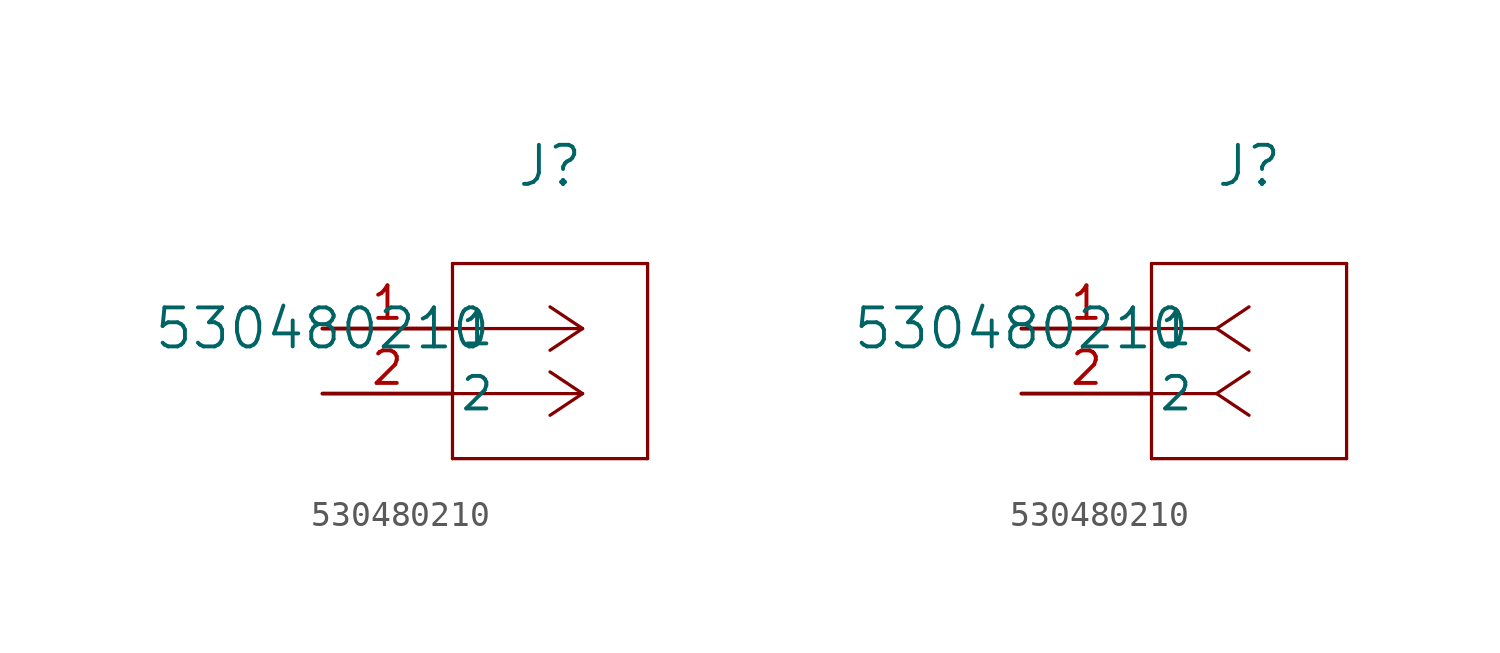
<source format=kicad_sym>
(kicad_symbol_lib
  (version 20211014)
  (generator kicad_symbol_editor)
  (symbol "530480210"
    (pin_names
      (offset 0.254))
    (property "Reference" "J"
      (at 8.89 6.35 0)
      (effects (font (size 1.524 1.524))))
    (property "Value" "530480210"
      (at 0 0 0)
      (effects (font (size 1.524 1.524))))
    (symbol "530480210_1_1"
      (polyline (pts (xy 10.16 0) (xy 5.08 0)) (stroke (width 0.127) (type default) (color 0 0 0 0)) (fill (type none)))
      (polyline (pts (xy 10.16 -2.54) (xy 5.08 -2.54)) (stroke (width 0.127) (type default) (color 0 0 0 0)) (fill (type none)))
      (polyline (pts (xy 10.16 0) (xy 8.89 0.847)) (stroke (width 0.127) (type default) (color 0 0 0 0)) (fill (type none)))
      (polyline (pts (xy 10.16 -2.54) (xy 8.89 -1.693)) (stroke (width 0.127) (type default) (color 0 0 0 0)) (fill (type none)))
      (polyline (pts (xy 10.16 0) (xy 8.89 -0.847)) (stroke (width 0.127) (type default) (color 0 0 0 0)) (fill (type none)))
      (polyline (pts (xy 10.16 -2.54) (xy 8.89 -3.387)) (stroke (width 0.127) (type default) (color 0 0 0 0)) (fill (type none)))
      (polyline (pts (xy 5.08 2.54) (xy 5.08 -5.08)) (stroke (width 0.127) (type default) (color 0 0 0 0)) (fill (type none)))
      (polyline (pts (xy 5.08 -5.08) (xy 12.7 -5.08)) (stroke (width 0.127) (type default) (color 0 0 0 0)) (fill (type none)))
      (polyline (pts (xy 12.7 -5.08) (xy 12.7 2.54)) (stroke (width 0.127) (type default) (color 0 0 0 0)) (fill (type none)))
      (polyline (pts (xy 12.7 2.54) (xy 5.08 2.54)) (stroke (width 0.127) (type default) (color 0 0 0 0)) (fill (type none)))
      (pin unspecified line (at 0 0 0) (length 5.08) (name "1" (effects (font (size 1.27 1.27)))) (number "1" (effects (font (size 1.27 1.27)))))
      (pin unspecified line (at 0 -2.54 0) (length 5.08) (name "2" (effects (font (size 1.27 1.27)))) (number "2" (effects (font (size 1.27 1.27))))))
    (symbol "530480210_1_2"
      (polyline (pts (xy 7.62 0) (xy 5.08 0)) (stroke (width 0.127) (type default) (color 0 0 0 0)) (fill (type none)))
      (polyline (pts (xy 7.62 -2.54) (xy 5.08 -2.54)) (stroke (width 0.127) (type default) (color 0 0 0 0)) (fill (type none)))
      (polyline (pts (xy 7.62 0) (xy 8.89 0.847)) (stroke (width 0.127) (type default) (color 0 0 0 0)) (fill (type none)))
      (polyline (pts (xy 7.62 -2.54) (xy 8.89 -1.693)) (stroke (width 0.127) (type default) (color 0 0 0 0)) (fill (type none)))
      (polyline (pts (xy 7.62 0) (xy 8.89 -0.847)) (stroke (width 0.127) (type default) (color 0 0 0 0)) (fill (type none)))
      (polyline (pts (xy 7.62 -2.54) (xy 8.89 -3.387)) (stroke (width 0.127) (type default) (color 0 0 0 0)) (fill (type none)))
      (polyline (pts (xy 5.08 2.54) (xy 5.08 -5.08)) (stroke (width 0.127) (type default) (color 0 0 0 0)) (fill (type none)))
      (polyline (pts (xy 5.08 -5.08) (xy 12.7 -5.08)) (stroke (width 0.127) (type default) (color 0 0 0 0)) (fill (type none)))
      (polyline (pts (xy 12.7 -5.08) (xy 12.7 2.54)) (stroke (width 0.127) (type default) (color 0 0 0 0)) (fill (type none)))
      (polyline (pts (xy 12.7 2.54) (xy 5.08 2.54)) (stroke (width 0.127) (type default) (color 0 0 0 0)) (fill (type none)))
      (pin unspecified line (at 0 0 0) (length 5.08) (name "1" (effects (font (size 1.27 1.27)))) (number "1" (effects (font (size 1.27 1.27)))))
      (pin unspecified line (at 0 -2.54 0) (length 5.08) (name "2" (effects (font (size 1.27 1.27)))) (number "2" (effects (font (size 1.27 1.27))))))))
</source>
